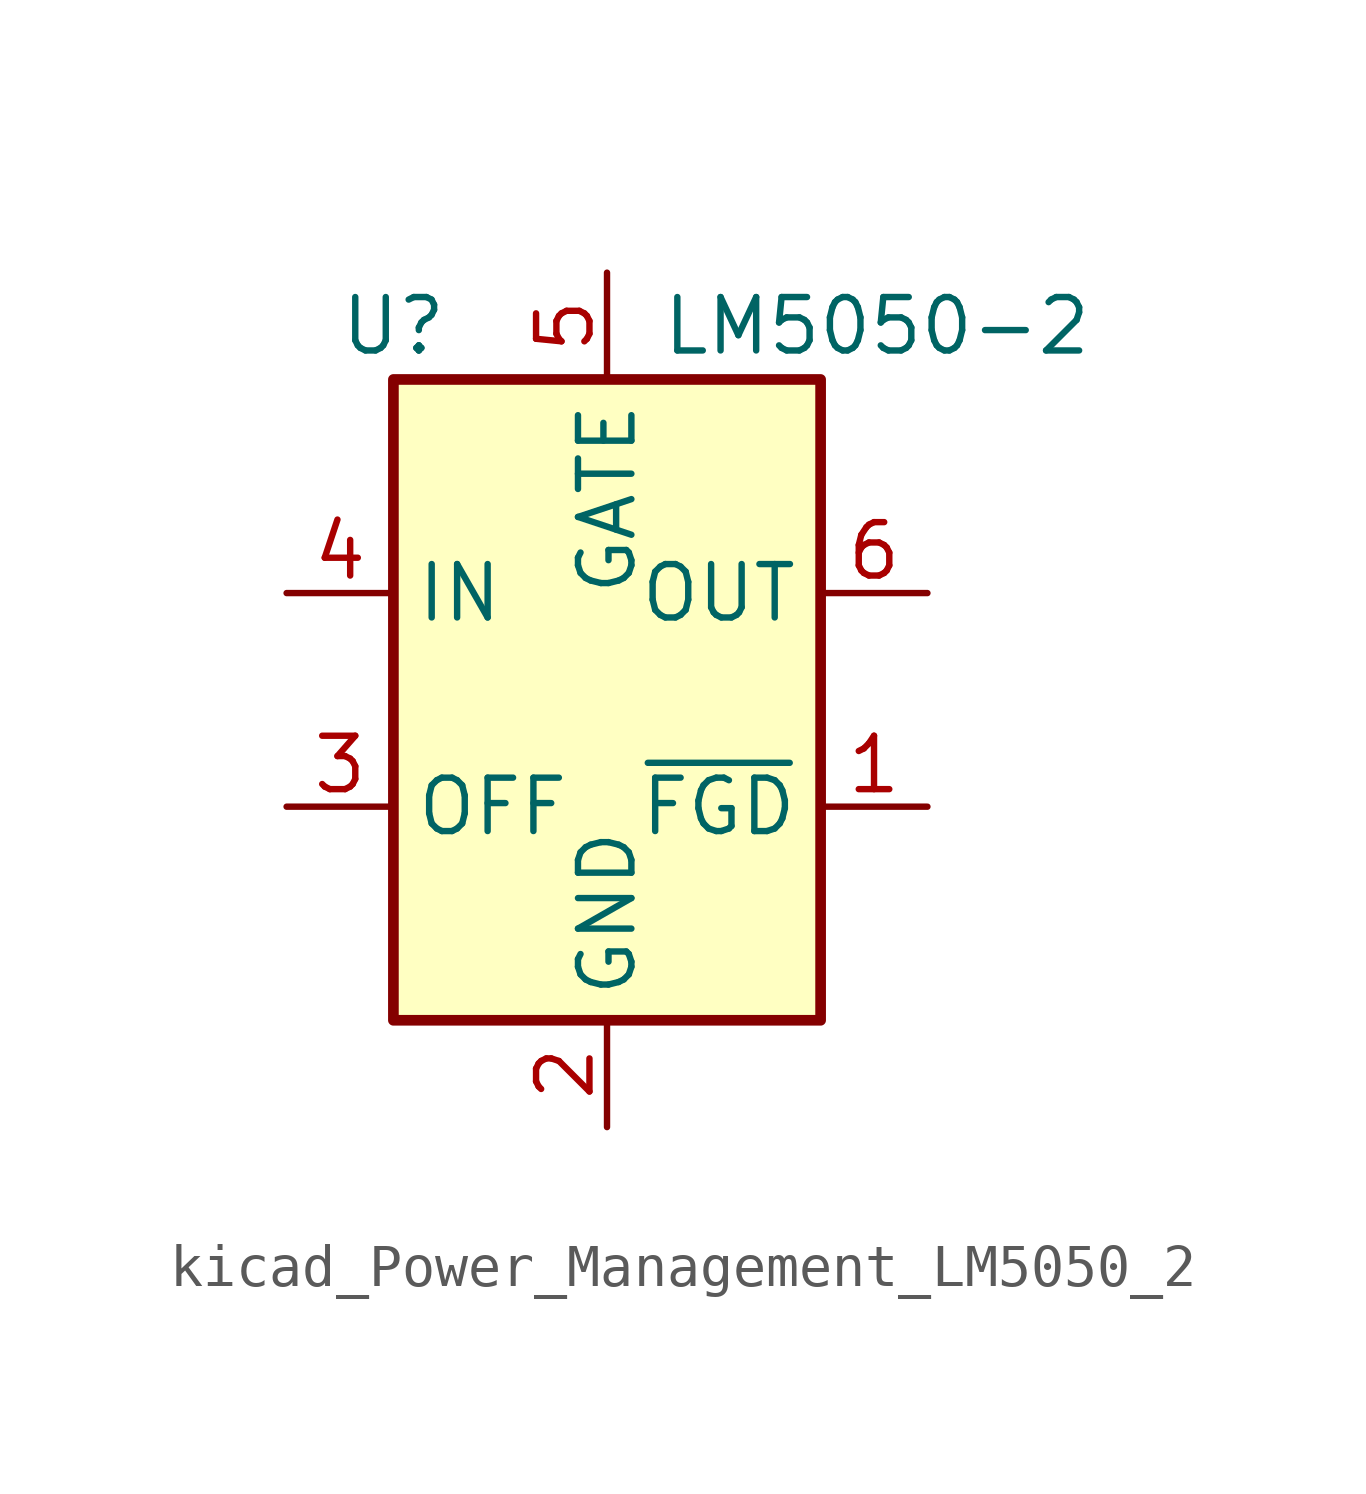
<source format=kicad_sym>
(kicad_symbol_lib
  (version 20220914)
  (generator kicad_symbol_editor)
  (symbol "kicad_Power_Management_LM5050_2"
    (property "Reference" "U"
      (at -5.08 8.89 0)
      (effects (font (size 1.27 1.27))))
    (property "Value" "LM5050-2"
      (at 1.27 8.89 0)
      (effects (font (size 1.27 1.27)) (justify left)))
    (symbol "kicad_Power_Management_LM5050_2_0_1"
      (rectangle (start -5.08 7.62) (end 5.08 -7.62) (stroke (width 0.254) (type default)) (fill (type background))))
    (symbol "kicad_Power_Management_LM5050_2_1_1"
      (pin open_collector line (at 7.62 -2.54 180) (length 2.54) (name "~{FGD}" (effects (font (size 1.27 1.27)))) (number "1" (effects (font (size 1.27 1.27)))))
      (pin power_in line (at 0 -10.16 90) (length 2.54) (name "GND" (effects (font (size 1.27 1.27)))) (number "2" (effects (font (size 1.27 1.27)))))
      (pin input line (at -7.62 -2.54 0) (length 2.54) (name "OFF" (effects (font (size 1.27 1.27)))) (number "3" (effects (font (size 1.27 1.27)))))
      (pin input line (at -7.62 2.54 0) (length 2.54) (name "IN" (effects (font (size 1.27 1.27)))) (number "4" (effects (font (size 1.27 1.27)))))
      (pin output line (at 0 10.16 270) (length 2.54) (name "GATE" (effects (font (size 1.27 1.27)))) (number "5" (effects (font (size 1.27 1.27)))))
      (pin input line (at 7.62 2.54 180) (length 2.54) (name "OUT" (effects (font (size 1.27 1.27)))) (number "6" (effects (font (size 1.27 1.27))))))))
</source>
